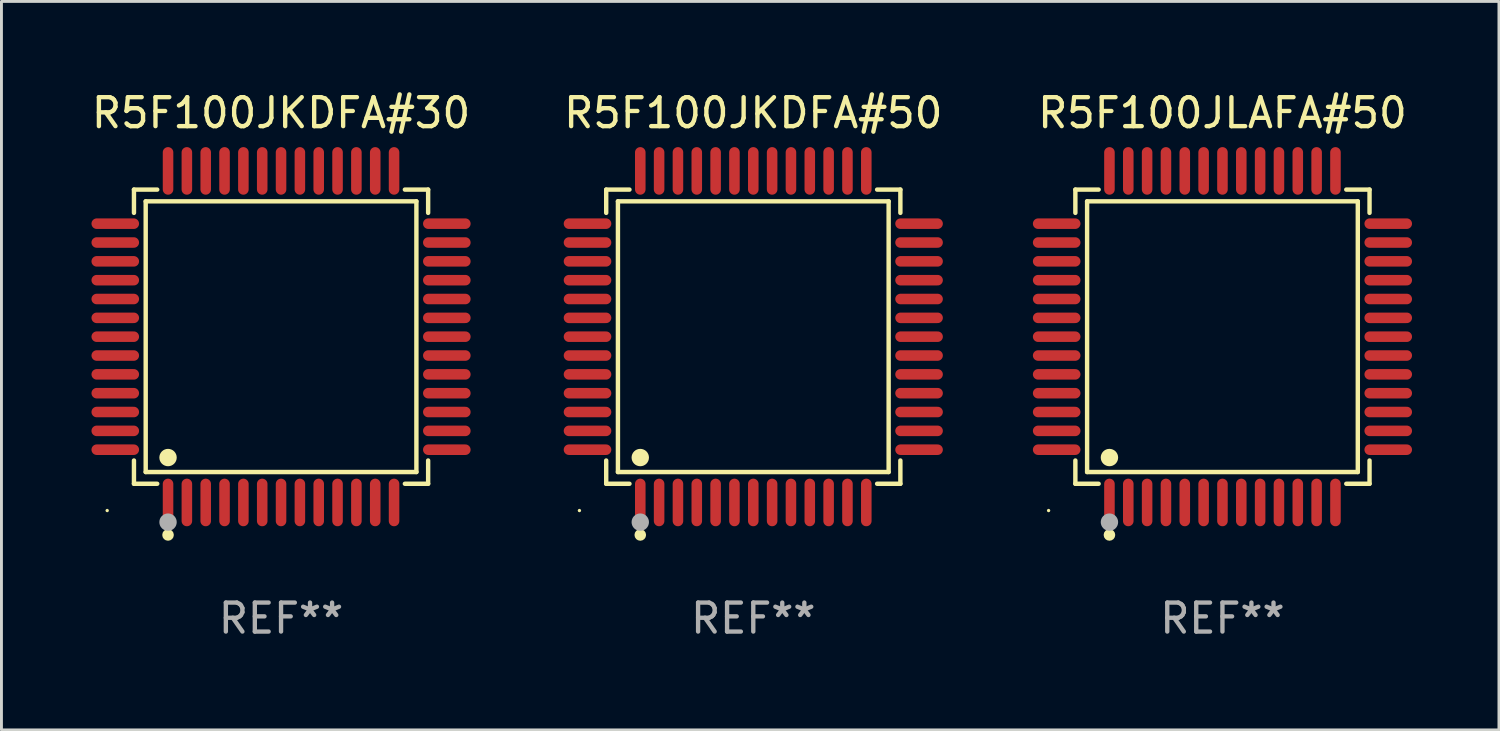
<source format=kicad_pcb>
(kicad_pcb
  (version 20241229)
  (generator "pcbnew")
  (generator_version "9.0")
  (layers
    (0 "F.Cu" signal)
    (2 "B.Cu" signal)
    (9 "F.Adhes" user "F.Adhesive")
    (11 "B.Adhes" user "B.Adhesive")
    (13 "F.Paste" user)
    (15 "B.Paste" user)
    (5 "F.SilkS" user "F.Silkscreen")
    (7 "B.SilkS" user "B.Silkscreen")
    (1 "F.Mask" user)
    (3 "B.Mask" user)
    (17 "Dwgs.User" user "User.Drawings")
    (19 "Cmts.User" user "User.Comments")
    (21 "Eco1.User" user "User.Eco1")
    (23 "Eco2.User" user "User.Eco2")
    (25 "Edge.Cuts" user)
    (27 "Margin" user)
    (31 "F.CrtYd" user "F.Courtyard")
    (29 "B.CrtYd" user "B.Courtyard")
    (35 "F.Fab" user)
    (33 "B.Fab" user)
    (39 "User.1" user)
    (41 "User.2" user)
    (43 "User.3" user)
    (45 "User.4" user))
  (footprint "R5F100JKDFA#50"
    (layer "F.Cu")
    (at 22.946 8.569)
    (property "Reference" "R5F100JKDFA#50" (at 0 -7.721 0) (layer "F.SilkS") (effects (font (size 1 1) (thickness 0.15))))
    (attr through_hole)
    (fp_line (start -5.076 -5.076) (end -4.273 -5.076) (stroke (width 0.152) (type solid)) (layer "F.SilkS"))
    (fp_line (start -5.076 -4.273) (end -5.076 -5.076) (stroke (width 0.152) (type solid)) (layer "F.SilkS"))
    (fp_line (start -5.076 4.273) (end -5.076 5.076) (stroke (width 0.152) (type solid)) (layer "F.SilkS"))
    (fp_line (start -5.076 5.076) (end -4.273 5.076) (stroke (width 0.152) (type solid)) (layer "F.SilkS"))
    (fp_line (start -4.671 -4.671) (end 4.671 -4.671) (stroke (width 0.152) (type solid)) (layer "F.SilkS"))
    (fp_line (start -4.671 4.671) (end -4.671 -4.671) (stroke (width 0.152) (type solid)) (layer "F.SilkS"))
    (fp_line (start 4.671 -4.671) (end 4.671 4.671) (stroke (width 0.152) (type solid)) (layer "F.SilkS"))
    (fp_line (start 4.671 4.671) (end -4.671 4.671) (stroke (width 0.152) (type solid)) (layer "F.SilkS"))
    (fp_line (start 5.076 -5.076) (end 4.273 -5.076) (stroke (width 0.152) (type solid)) (layer "F.SilkS"))
    (fp_line (start 5.076 -4.273) (end 5.076 -5.076) (stroke (width 0.152) (type solid)) (layer "F.SilkS"))
    (fp_line (start 5.076 4.273) (end 5.076 5.076) (stroke (width 0.152) (type solid)) (layer "F.SilkS"))
    (fp_line (start 5.076 5.076) (end 4.273 5.076) (stroke (width 0.152) (type solid)) (layer "F.SilkS"))
    (fp_circle (center -6 6) (end -5.97 6) (stroke (width 0.06) (type solid)) (fill no) (layer "F.SilkS"))
    (fp_circle (center -3.9 4.171) (end -3.75 4.171) (stroke (width 0.3) (type solid)) (fill no) (layer "F.SilkS"))
    (fp_circle (center -3.9 6.842) (end -3.8 6.842) (stroke (width 0.2) (type solid)) (fill no) (layer "F.SilkS"))
    (fp_circle (center -3.9 6.4) (end -3.75 6.4) (stroke (width 0.3) (type solid)) (fill no) (layer "F.Fab"))
    (fp_text user "REF**" (at 0 9.721 0) (layer "F.Fab") (effects (font (size 1 1) (thickness 0.15))))
    (pad "1" smd oval (at -3.9 5.721) (size 0.364 1.642) (layers "F.Cu" "F.Mask" "F.Paste"))
    (pad "2" smd oval (at -3.25 5.721) (size 0.364 1.642) (layers "F.Cu" "F.Mask" "F.Paste"))
    (pad "3" smd oval (at -2.6 5.721) (size 0.364 1.642) (layers "F.Cu" "F.Mask" "F.Paste"))
    (pad "4" smd oval (at -1.95 5.721) (size 0.364 1.642) (layers "F.Cu" "F.Mask" "F.Paste"))
    (pad "5" smd oval (at -1.3 5.721) (size 0.364 1.642) (layers "F.Cu" "F.Mask" "F.Paste"))
    (pad "6" smd oval (at -0.65 5.721) (size 0.364 1.642) (layers "F.Cu" "F.Mask" "F.Paste"))
    (pad "7" smd oval (at 0 5.721) (size 0.364 1.642) (layers "F.Cu" "F.Mask" "F.Paste"))
    (pad "8" smd oval (at 0.65 5.721) (size 0.364 1.642) (layers "F.Cu" "F.Mask" "F.Paste"))
    (pad "9" smd oval (at 1.3 5.721) (size 0.364 1.642) (layers "F.Cu" "F.Mask" "F.Paste"))
    (pad "10" smd oval (at 1.95 5.721) (size 0.364 1.642) (layers "F.Cu" "F.Mask" "F.Paste"))
    (pad "11" smd oval (at 2.6 5.721) (size 0.364 1.642) (layers "F.Cu" "F.Mask" "F.Paste"))
    (pad "12" smd oval (at 3.25 5.721) (size 0.364 1.642) (layers "F.Cu" "F.Mask" "F.Paste"))
    (pad "13" smd oval (at 3.9 5.721) (size 0.364 1.642) (layers "F.Cu" "F.Mask" "F.Paste"))
    (pad "14" smd oval (at 5.721 3.9) (size 1.642 0.364) (layers "F.Cu" "F.Mask" "F.Paste"))
    (pad "15" smd oval (at 5.721 3.25) (size 1.642 0.364) (layers "F.Cu" "F.Mask" "F.Paste"))
    (pad "16" smd oval (at 5.721 2.6) (size 1.642 0.364) (layers "F.Cu" "F.Mask" "F.Paste"))
    (pad "17" smd oval (at 5.721 1.95) (size 1.642 0.364) (layers "F.Cu" "F.Mask" "F.Paste"))
    (pad "18" smd oval (at 5.721 1.3) (size 1.642 0.364) (layers "F.Cu" "F.Mask" "F.Paste"))
    (pad "19" smd oval (at 5.721 0.65) (size 1.642 0.364) (layers "F.Cu" "F.Mask" "F.Paste"))
    (pad "20" smd oval (at 5.721 0) (size 1.642 0.364) (layers "F.Cu" "F.Mask" "F.Paste"))
    (pad "21" smd oval (at 5.721 -0.65) (size 1.642 0.364) (layers "F.Cu" "F.Mask" "F.Paste"))
    (pad "22" smd oval (at 5.721 -1.3) (size 1.642 0.364) (layers "F.Cu" "F.Mask" "F.Paste"))
    (pad "23" smd oval (at 5.721 -1.95) (size 1.642 0.364) (layers "F.Cu" "F.Mask" "F.Paste"))
    (pad "24" smd oval (at 5.721 -2.6) (size 1.642 0.364) (layers "F.Cu" "F.Mask" "F.Paste"))
    (pad "25" smd oval (at 5.721 -3.25) (size 1.642 0.364) (layers "F.Cu" "F.Mask" "F.Paste"))
    (pad "26" smd oval (at 5.721 -3.9) (size 1.642 0.364) (layers "F.Cu" "F.Mask" "F.Paste"))
    (pad "27" smd oval (at 3.9 -5.721) (size 0.364 1.642) (layers "F.Cu" "F.Mask" "F.Paste"))
    (pad "28" smd oval (at 3.25 -5.721) (size 0.364 1.642) (layers "F.Cu" "F.Mask" "F.Paste"))
    (pad "29" smd oval (at 2.6 -5.721) (size 0.364 1.642) (layers "F.Cu" "F.Mask" "F.Paste"))
    (pad "30" smd oval (at 1.95 -5.721) (size 0.364 1.642) (layers "F.Cu" "F.Mask" "F.Paste"))
    (pad "31" smd oval (at 1.3 -5.721) (size 0.364 1.642) (layers "F.Cu" "F.Mask" "F.Paste"))
    (pad "32" smd oval (at 0.65 -5.721) (size 0.364 1.642) (layers "F.Cu" "F.Mask" "F.Paste"))
    (pad "33" smd oval (at 0 -5.721) (size 0.364 1.642) (layers "F.Cu" "F.Mask" "F.Paste"))
    (pad "34" smd oval (at -0.65 -5.721) (size 0.364 1.642) (layers "F.Cu" "F.Mask" "F.Paste"))
    (pad "35" smd oval (at -1.3 -5.721) (size 0.364 1.642) (layers "F.Cu" "F.Mask" "F.Paste"))
    (pad "36" smd oval (at -1.95 -5.721) (size 0.364 1.642) (layers "F.Cu" "F.Mask" "F.Paste"))
    (pad "37" smd oval (at -2.6 -5.721) (size 0.364 1.642) (layers "F.Cu" "F.Mask" "F.Paste"))
    (pad "38" smd oval (at -3.25 -5.721) (size 0.364 1.642) (layers "F.Cu" "F.Mask" "F.Paste"))
    (pad "39" smd oval (at -3.9 -5.721) (size 0.364 1.642) (layers "F.Cu" "F.Mask" "F.Paste"))
    (pad "40" smd oval (at -5.721 -3.9) (size 1.642 0.364) (layers "F.Cu" "F.Mask" "F.Paste"))
    (pad "41" smd oval (at -5.721 -3.25) (size 1.642 0.364) (layers "F.Cu" "F.Mask" "F.Paste"))
    (pad "42" smd oval (at -5.721 -2.6) (size 1.642 0.364) (layers "F.Cu" "F.Mask" "F.Paste"))
    (pad "43" smd oval (at -5.721 -1.95) (size 1.642 0.364) (layers "F.Cu" "F.Mask" "F.Paste"))
    (pad "44" smd oval (at -5.721 -1.3) (size 1.642 0.364) (layers "F.Cu" "F.Mask" "F.Paste"))
    (pad "45" smd oval (at -5.721 -0.65) (size 1.642 0.364) (layers "F.Cu" "F.Mask" "F.Paste"))
    (pad "46" smd oval (at -5.721 0) (size 1.642 0.364) (layers "F.Cu" "F.Mask" "F.Paste"))
    (pad "47" smd oval (at -5.721 0.65) (size 1.642 0.364) (layers "F.Cu" "F.Mask" "F.Paste"))
    (pad "48" smd oval (at -5.721 1.3) (size 1.642 0.364) (layers "F.Cu" "F.Mask" "F.Paste"))
    (pad "49" smd oval (at -5.721 1.95) (size 1.642 0.364) (layers "F.Cu" "F.Mask" "F.Paste"))
    (pad "50" smd oval (at -5.721 2.6) (size 1.642 0.364) (layers "F.Cu" "F.Mask" "F.Paste"))
    (pad "51" smd oval (at -5.721 3.25) (size 1.642 0.364) (layers "F.Cu" "F.Mask" "F.Paste"))
    (pad "52" smd oval (at -5.721 3.9) (size 1.642 0.364) (layers "F.Cu" "F.Mask" "F.Paste")))
  (footprint "R5F100JKDFA#30"
    (layer "F.Cu")
    (at 6.649 8.569)
    (property "Reference" "R5F100JKDFA#30" (at 0 -7.721 0) (layer "F.SilkS") (effects (font (size 1 1) (thickness 0.15))))
    (attr through_hole)
    (fp_line (start -5.076 -5.076) (end -4.273 -5.076) (stroke (width 0.152) (type solid)) (layer "F.SilkS"))
    (fp_line (start -5.076 -4.273) (end -5.076 -5.076) (stroke (width 0.152) (type solid)) (layer "F.SilkS"))
    (fp_line (start -5.076 4.273) (end -5.076 5.076) (stroke (width 0.152) (type solid)) (layer "F.SilkS"))
    (fp_line (start -5.076 5.076) (end -4.273 5.076) (stroke (width 0.152) (type solid)) (layer "F.SilkS"))
    (fp_line (start -4.671 -4.671) (end 4.671 -4.671) (stroke (width 0.152) (type solid)) (layer "F.SilkS"))
    (fp_line (start -4.671 4.671) (end -4.671 -4.671) (stroke (width 0.152) (type solid)) (layer "F.SilkS"))
    (fp_line (start 4.671 -4.671) (end 4.671 4.671) (stroke (width 0.152) (type solid)) (layer "F.SilkS"))
    (fp_line (start 4.671 4.671) (end -4.671 4.671) (stroke (width 0.152) (type solid)) (layer "F.SilkS"))
    (fp_line (start 5.076 -5.076) (end 4.273 -5.076) (stroke (width 0.152) (type solid)) (layer "F.SilkS"))
    (fp_line (start 5.076 -4.273) (end 5.076 -5.076) (stroke (width 0.152) (type solid)) (layer "F.SilkS"))
    (fp_line (start 5.076 4.273) (end 5.076 5.076) (stroke (width 0.152) (type solid)) (layer "F.SilkS"))
    (fp_line (start 5.076 5.076) (end 4.273 5.076) (stroke (width 0.152) (type solid)) (layer "F.SilkS"))
    (fp_circle (center -6 6) (end -5.97 6) (stroke (width 0.06) (type solid)) (fill no) (layer "F.SilkS"))
    (fp_circle (center -3.9 4.171) (end -3.75 4.171) (stroke (width 0.3) (type solid)) (fill no) (layer "F.SilkS"))
    (fp_circle (center -3.9 6.842) (end -3.8 6.842) (stroke (width 0.2) (type solid)) (fill no) (layer "F.SilkS"))
    (fp_circle (center -3.9 6.4) (end -3.75 6.4) (stroke (width 0.3) (type solid)) (fill no) (layer "F.Fab"))
    (fp_text user "REF**" (at 0 9.721 0) (layer "F.Fab") (effects (font (size 1 1) (thickness 0.15))))
    (pad "1" smd oval (at -3.9 5.721) (size 0.364 1.642) (layers "F.Cu" "F.Mask" "F.Paste"))
    (pad "2" smd oval (at -3.25 5.721) (size 0.364 1.642) (layers "F.Cu" "F.Mask" "F.Paste"))
    (pad "3" smd oval (at -2.6 5.721) (size 0.364 1.642) (layers "F.Cu" "F.Mask" "F.Paste"))
    (pad "4" smd oval (at -1.95 5.721) (size 0.364 1.642) (layers "F.Cu" "F.Mask" "F.Paste"))
    (pad "5" smd oval (at -1.3 5.721) (size 0.364 1.642) (layers "F.Cu" "F.Mask" "F.Paste"))
    (pad "6" smd oval (at -0.65 5.721) (size 0.364 1.642) (layers "F.Cu" "F.Mask" "F.Paste"))
    (pad "7" smd oval (at 0 5.721) (size 0.364 1.642) (layers "F.Cu" "F.Mask" "F.Paste"))
    (pad "8" smd oval (at 0.65 5.721) (size 0.364 1.642) (layers "F.Cu" "F.Mask" "F.Paste"))
    (pad "9" smd oval (at 1.3 5.721) (size 0.364 1.642) (layers "F.Cu" "F.Mask" "F.Paste"))
    (pad "10" smd oval (at 1.95 5.721) (size 0.364 1.642) (layers "F.Cu" "F.Mask" "F.Paste"))
    (pad "11" smd oval (at 2.6 5.721) (size 0.364 1.642) (layers "F.Cu" "F.Mask" "F.Paste"))
    (pad "12" smd oval (at 3.25 5.721) (size 0.364 1.642) (layers "F.Cu" "F.Mask" "F.Paste"))
    (pad "13" smd oval (at 3.9 5.721) (size 0.364 1.642) (layers "F.Cu" "F.Mask" "F.Paste"))
    (pad "14" smd oval (at 5.721 3.9) (size 1.642 0.364) (layers "F.Cu" "F.Mask" "F.Paste"))
    (pad "15" smd oval (at 5.721 3.25) (size 1.642 0.364) (layers "F.Cu" "F.Mask" "F.Paste"))
    (pad "16" smd oval (at 5.721 2.6) (size 1.642 0.364) (layers "F.Cu" "F.Mask" "F.Paste"))
    (pad "17" smd oval (at 5.721 1.95) (size 1.642 0.364) (layers "F.Cu" "F.Mask" "F.Paste"))
    (pad "18" smd oval (at 5.721 1.3) (size 1.642 0.364) (layers "F.Cu" "F.Mask" "F.Paste"))
    (pad "19" smd oval (at 5.721 0.65) (size 1.642 0.364) (layers "F.Cu" "F.Mask" "F.Paste"))
    (pad "20" smd oval (at 5.721 0) (size 1.642 0.364) (layers "F.Cu" "F.Mask" "F.Paste"))
    (pad "21" smd oval (at 5.721 -0.65) (size 1.642 0.364) (layers "F.Cu" "F.Mask" "F.Paste"))
    (pad "22" smd oval (at 5.721 -1.3) (size 1.642 0.364) (layers "F.Cu" "F.Mask" "F.Paste"))
    (pad "23" smd oval (at 5.721 -1.95) (size 1.642 0.364) (layers "F.Cu" "F.Mask" "F.Paste"))
    (pad "24" smd oval (at 5.721 -2.6) (size 1.642 0.364) (layers "F.Cu" "F.Mask" "F.Paste"))
    (pad "25" smd oval (at 5.721 -3.25) (size 1.642 0.364) (layers "F.Cu" "F.Mask" "F.Paste"))
    (pad "26" smd oval (at 5.721 -3.9) (size 1.642 0.364) (layers "F.Cu" "F.Mask" "F.Paste"))
    (pad "27" smd oval (at 3.9 -5.721) (size 0.364 1.642) (layers "F.Cu" "F.Mask" "F.Paste"))
    (pad "28" smd oval (at 3.25 -5.721) (size 0.364 1.642) (layers "F.Cu" "F.Mask" "F.Paste"))
    (pad "29" smd oval (at 2.6 -5.721) (size 0.364 1.642) (layers "F.Cu" "F.Mask" "F.Paste"))
    (pad "30" smd oval (at 1.95 -5.721) (size 0.364 1.642) (layers "F.Cu" "F.Mask" "F.Paste"))
    (pad "31" smd oval (at 1.3 -5.721) (size 0.364 1.642) (layers "F.Cu" "F.Mask" "F.Paste"))
    (pad "32" smd oval (at 0.65 -5.721) (size 0.364 1.642) (layers "F.Cu" "F.Mask" "F.Paste"))
    (pad "33" smd oval (at 0 -5.721) (size 0.364 1.642) (layers "F.Cu" "F.Mask" "F.Paste"))
    (pad "34" smd oval (at -0.65 -5.721) (size 0.364 1.642) (layers "F.Cu" "F.Mask" "F.Paste"))
    (pad "35" smd oval (at -1.3 -5.721) (size 0.364 1.642) (layers "F.Cu" "F.Mask" "F.Paste"))
    (pad "36" smd oval (at -1.95 -5.721) (size 0.364 1.642) (layers "F.Cu" "F.Mask" "F.Paste"))
    (pad "37" smd oval (at -2.6 -5.721) (size 0.364 1.642) (layers "F.Cu" "F.Mask" "F.Paste"))
    (pad "38" smd oval (at -3.25 -5.721) (size 0.364 1.642) (layers "F.Cu" "F.Mask" "F.Paste"))
    (pad "39" smd oval (at -3.9 -5.721) (size 0.364 1.642) (layers "F.Cu" "F.Mask" "F.Paste"))
    (pad "40" smd oval (at -5.721 -3.9) (size 1.642 0.364) (layers "F.Cu" "F.Mask" "F.Paste"))
    (pad "41" smd oval (at -5.721 -3.25) (size 1.642 0.364) (layers "F.Cu" "F.Mask" "F.Paste"))
    (pad "42" smd oval (at -5.721 -2.6) (size 1.642 0.364) (layers "F.Cu" "F.Mask" "F.Paste"))
    (pad "43" smd oval (at -5.721 -1.95) (size 1.642 0.364) (layers "F.Cu" "F.Mask" "F.Paste"))
    (pad "44" smd oval (at -5.721 -1.3) (size 1.642 0.364) (layers "F.Cu" "F.Mask" "F.Paste"))
    (pad "45" smd oval (at -5.721 -0.65) (size 1.642 0.364) (layers "F.Cu" "F.Mask" "F.Paste"))
    (pad "46" smd oval (at -5.721 0) (size 1.642 0.364) (layers "F.Cu" "F.Mask" "F.Paste"))
    (pad "47" smd oval (at -5.721 0.65) (size 1.642 0.364) (layers "F.Cu" "F.Mask" "F.Paste"))
    (pad "48" smd oval (at -5.721 1.3) (size 1.642 0.364) (layers "F.Cu" "F.Mask" "F.Paste"))
    (pad "49" smd oval (at -5.721 1.95) (size 1.642 0.364) (layers "F.Cu" "F.Mask" "F.Paste"))
    (pad "50" smd oval (at -5.721 2.6) (size 1.642 0.364) (layers "F.Cu" "F.Mask" "F.Paste"))
    (pad "51" smd oval (at -5.721 3.25) (size 1.642 0.364) (layers "F.Cu" "F.Mask" "F.Paste"))
    (pad "52" smd oval (at -5.721 3.9) (size 1.642 0.364) (layers "F.Cu" "F.Mask" "F.Paste")))
  (footprint "R5F100JLAFA#50"
    (layer "F.Cu")
    (at 39.137 8.569)
    (property "Reference" "R5F100JLAFA#50" (at 0 -7.721 0) (layer "F.SilkS") (effects (font (size 1 1) (thickness 0.15))))
    (attr through_hole)
    (fp_line (start -5.076 -5.076) (end -4.273 -5.076) (stroke (width 0.152) (type solid)) (layer "F.SilkS"))
    (fp_line (start -5.076 -4.273) (end -5.076 -5.076) (stroke (width 0.152) (type solid)) (layer "F.SilkS"))
    (fp_line (start -5.076 4.273) (end -5.076 5.076) (stroke (width 0.152) (type solid)) (layer "F.SilkS"))
    (fp_line (start -5.076 5.076) (end -4.273 5.076) (stroke (width 0.152) (type solid)) (layer "F.SilkS"))
    (fp_line (start -4.671 -4.671) (end 4.671 -4.671) (stroke (width 0.152) (type solid)) (layer "F.SilkS"))
    (fp_line (start -4.671 4.671) (end -4.671 -4.671) (stroke (width 0.152) (type solid)) (layer "F.SilkS"))
    (fp_line (start 4.671 -4.671) (end 4.671 4.671) (stroke (width 0.152) (type solid)) (layer "F.SilkS"))
    (fp_line (start 4.671 4.671) (end -4.671 4.671) (stroke (width 0.152) (type solid)) (layer "F.SilkS"))
    (fp_line (start 5.076 -5.076) (end 4.273 -5.076) (stroke (width 0.152) (type solid)) (layer "F.SilkS"))
    (fp_line (start 5.076 -4.273) (end 5.076 -5.076) (stroke (width 0.152) (type solid)) (layer "F.SilkS"))
    (fp_line (start 5.076 4.273) (end 5.076 5.076) (stroke (width 0.152) (type solid)) (layer "F.SilkS"))
    (fp_line (start 5.076 5.076) (end 4.273 5.076) (stroke (width 0.152) (type solid)) (layer "F.SilkS"))
    (fp_circle (center -6 6) (end -5.97 6) (stroke (width 0.06) (type solid)) (fill no) (layer "F.SilkS"))
    (fp_circle (center -3.9 4.171) (end -3.75 4.171) (stroke (width 0.3) (type solid)) (fill no) (layer "F.SilkS"))
    (fp_circle (center -3.9 6.842) (end -3.8 6.842) (stroke (width 0.2) (type solid)) (fill no) (layer "F.SilkS"))
    (fp_circle (center -3.9 6.4) (end -3.75 6.4) (stroke (width 0.3) (type solid)) (fill no) (layer "F.Fab"))
    (fp_text user "REF**" (at 0 9.721 0) (layer "F.Fab") (effects (font (size 1 1) (thickness 0.15))))
    (pad "1" smd oval (at -3.9 5.721) (size 0.364 1.642) (layers "F.Cu" "F.Mask" "F.Paste"))
    (pad "2" smd oval (at -3.25 5.721) (size 0.364 1.642) (layers "F.Cu" "F.Mask" "F.Paste"))
    (pad "3" smd oval (at -2.6 5.721) (size 0.364 1.642) (layers "F.Cu" "F.Mask" "F.Paste"))
    (pad "4" smd oval (at -1.95 5.721) (size 0.364 1.642) (layers "F.Cu" "F.Mask" "F.Paste"))
    (pad "5" smd oval (at -1.3 5.721) (size 0.364 1.642) (layers "F.Cu" "F.Mask" "F.Paste"))
    (pad "6" smd oval (at -0.65 5.721) (size 0.364 1.642) (layers "F.Cu" "F.Mask" "F.Paste"))
    (pad "7" smd oval (at 0 5.721) (size 0.364 1.642) (layers "F.Cu" "F.Mask" "F.Paste"))
    (pad "8" smd oval (at 0.65 5.721) (size 0.364 1.642) (layers "F.Cu" "F.Mask" "F.Paste"))
    (pad "9" smd oval (at 1.3 5.721) (size 0.364 1.642) (layers "F.Cu" "F.Mask" "F.Paste"))
    (pad "10" smd oval (at 1.95 5.721) (size 0.364 1.642) (layers "F.Cu" "F.Mask" "F.Paste"))
    (pad "11" smd oval (at 2.6 5.721) (size 0.364 1.642) (layers "F.Cu" "F.Mask" "F.Paste"))
    (pad "12" smd oval (at 3.25 5.721) (size 0.364 1.642) (layers "F.Cu" "F.Mask" "F.Paste"))
    (pad "13" smd oval (at 3.9 5.721) (size 0.364 1.642) (layers "F.Cu" "F.Mask" "F.Paste"))
    (pad "14" smd oval (at 5.721 3.9) (size 1.642 0.364) (layers "F.Cu" "F.Mask" "F.Paste"))
    (pad "15" smd oval (at 5.721 3.25) (size 1.642 0.364) (layers "F.Cu" "F.Mask" "F.Paste"))
    (pad "16" smd oval (at 5.721 2.6) (size 1.642 0.364) (layers "F.Cu" "F.Mask" "F.Paste"))
    (pad "17" smd oval (at 5.721 1.95) (size 1.642 0.364) (layers "F.Cu" "F.Mask" "F.Paste"))
    (pad "18" smd oval (at 5.721 1.3) (size 1.642 0.364) (layers "F.Cu" "F.Mask" "F.Paste"))
    (pad "19" smd oval (at 5.721 0.65) (size 1.642 0.364) (layers "F.Cu" "F.Mask" "F.Paste"))
    (pad "20" smd oval (at 5.721 0) (size 1.642 0.364) (layers "F.Cu" "F.Mask" "F.Paste"))
    (pad "21" smd oval (at 5.721 -0.65) (size 1.642 0.364) (layers "F.Cu" "F.Mask" "F.Paste"))
    (pad "22" smd oval (at 5.721 -1.3) (size 1.642 0.364) (layers "F.Cu" "F.Mask" "F.Paste"))
    (pad "23" smd oval (at 5.721 -1.95) (size 1.642 0.364) (layers "F.Cu" "F.Mask" "F.Paste"))
    (pad "24" smd oval (at 5.721 -2.6) (size 1.642 0.364) (layers "F.Cu" "F.Mask" "F.Paste"))
    (pad "25" smd oval (at 5.721 -3.25) (size 1.642 0.364) (layers "F.Cu" "F.Mask" "F.Paste"))
    (pad "26" smd oval (at 5.721 -3.9) (size 1.642 0.364) (layers "F.Cu" "F.Mask" "F.Paste"))
    (pad "27" smd oval (at 3.9 -5.721) (size 0.364 1.642) (layers "F.Cu" "F.Mask" "F.Paste"))
    (pad "28" smd oval (at 3.25 -5.721) (size 0.364 1.642) (layers "F.Cu" "F.Mask" "F.Paste"))
    (pad "29" smd oval (at 2.6 -5.721) (size 0.364 1.642) (layers "F.Cu" "F.Mask" "F.Paste"))
    (pad "30" smd oval (at 1.95 -5.721) (size 0.364 1.642) (layers "F.Cu" "F.Mask" "F.Paste"))
    (pad "31" smd oval (at 1.3 -5.721) (size 0.364 1.642) (layers "F.Cu" "F.Mask" "F.Paste"))
    (pad "32" smd oval (at 0.65 -5.721) (size 0.364 1.642) (layers "F.Cu" "F.Mask" "F.Paste"))
    (pad "33" smd oval (at 0 -5.721) (size 0.364 1.642) (layers "F.Cu" "F.Mask" "F.Paste"))
    (pad "34" smd oval (at -0.65 -5.721) (size 0.364 1.642) (layers "F.Cu" "F.Mask" "F.Paste"))
    (pad "35" smd oval (at -1.3 -5.721) (size 0.364 1.642) (layers "F.Cu" "F.Mask" "F.Paste"))
    (pad "36" smd oval (at -1.95 -5.721) (size 0.364 1.642) (layers "F.Cu" "F.Mask" "F.Paste"))
    (pad "37" smd oval (at -2.6 -5.721) (size 0.364 1.642) (layers "F.Cu" "F.Mask" "F.Paste"))
    (pad "38" smd oval (at -3.25 -5.721) (size 0.364 1.642) (layers "F.Cu" "F.Mask" "F.Paste"))
    (pad "39" smd oval (at -3.9 -5.721) (size 0.364 1.642) (layers "F.Cu" "F.Mask" "F.Paste"))
    (pad "40" smd oval (at -5.721 -3.9) (size 1.642 0.364) (layers "F.Cu" "F.Mask" "F.Paste"))
    (pad "41" smd oval (at -5.721 -3.25) (size 1.642 0.364) (layers "F.Cu" "F.Mask" "F.Paste"))
    (pad "42" smd oval (at -5.721 -2.6) (size 1.642 0.364) (layers "F.Cu" "F.Mask" "F.Paste"))
    (pad "43" smd oval (at -5.721 -1.95) (size 1.642 0.364) (layers "F.Cu" "F.Mask" "F.Paste"))
    (pad "44" smd oval (at -5.721 -1.3) (size 1.642 0.364) (layers "F.Cu" "F.Mask" "F.Paste"))
    (pad "45" smd oval (at -5.721 -0.65) (size 1.642 0.364) (layers "F.Cu" "F.Mask" "F.Paste"))
    (pad "46" smd oval (at -5.721 0) (size 1.642 0.364) (layers "F.Cu" "F.Mask" "F.Paste"))
    (pad "47" smd oval (at -5.721 0.65) (size 1.642 0.364) (layers "F.Cu" "F.Mask" "F.Paste"))
    (pad "48" smd oval (at -5.721 1.3) (size 1.642 0.364) (layers "F.Cu" "F.Mask" "F.Paste"))
    (pad "49" smd oval (at -5.721 1.95) (size 1.642 0.364) (layers "F.Cu" "F.Mask" "F.Paste"))
    (pad "50" smd oval (at -5.721 2.6) (size 1.642 0.364) (layers "F.Cu" "F.Mask" "F.Paste"))
    (pad "51" smd oval (at -5.721 3.25) (size 1.642 0.364) (layers "F.Cu" "F.Mask" "F.Paste"))
    (pad "52" smd oval (at -5.721 3.9) (size 1.642 0.364) (layers "F.Cu" "F.Mask" "F.Paste")))
  (gr_rect
    (start -3 -3)
    (end 48.679 22.139)
    (stroke (width 0.1) (type default))
    (fill no)
    (layer "Edge.Cuts")))
</source>
